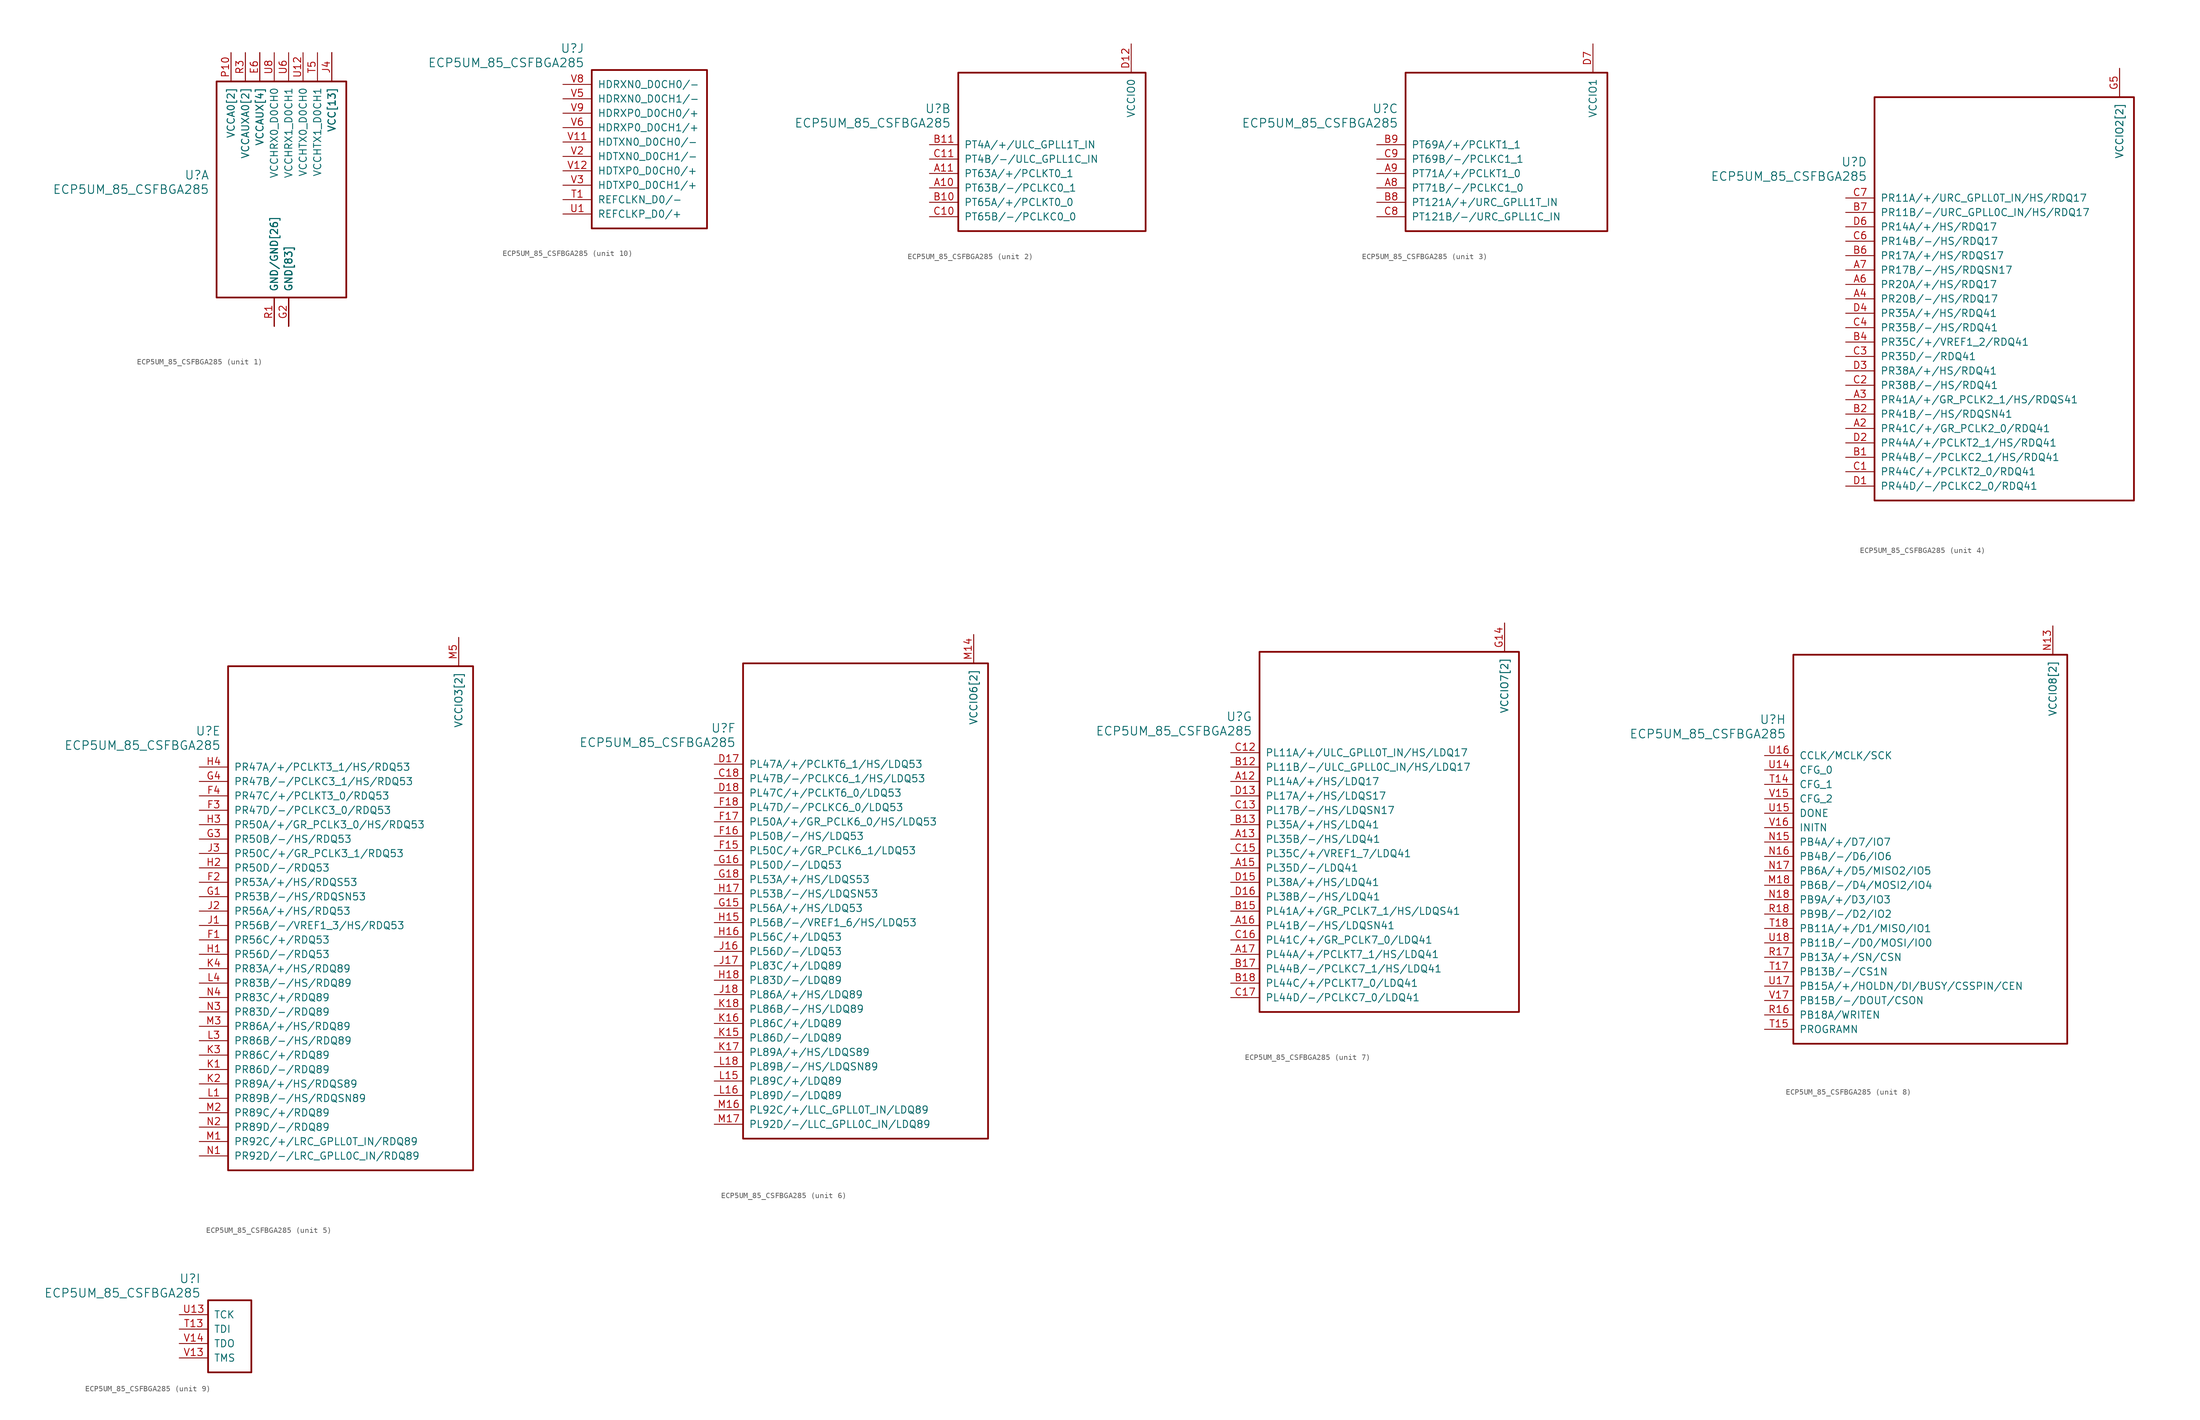
<source format=kicad_sym>
(kicad_symbol_lib
  (version 20241209)
  (generator "kicad_symbol_editor")
  (generator_version "9.0")
  (symbol "ECP5UM_85_CSFBGA285"
    (pin_names
      (offset 1.016))
    (property "Reference" "U"
      (at 3.81 6.35 0)
      (effects (font (size 1.524 1.524)) (justify right)))
    (property "Value" "ECP5UM_85_CSFBGA285"
      (at 3.81 3.81 0)
      (effects (font (size 1.524 1.524)) (justify right)))
    (property "ki_locked" ""
      (at 0 0 0)
      (effects (font (size 1.27 1.27))))
    (symbol "ECP5UM_85_CSFBGA285_1_1"
      (rectangle (start 5.08 22.86) (end 27.94 -15.24) (stroke (width 0.305) (type solid)) (fill (type none)))
      (pin power_in line (at 7.62 27.94 270) (length 5.08) (name "VCCA0[2]" (effects (font (size 1.27 1.27)))) (number "P10" (effects (font (size 1.27 1.27)))))
      (pin power_in line (at 7.62 27.94 270) (length 5.08) (name "VCCA0[2]" (effects (font (size 1.27 1.27)))) (number "R10" (effects (font (size 0 0)))))
      (pin power_in line (at 10.16 27.94 270) (length 5.08) (name "VCCAUXA0[2]" (effects (font (size 1.27 1.27)))) (number "P5" (effects (font (size 0 0)))))
      (pin power_in line (at 10.16 27.94 270) (length 5.08) (name "VCCAUXA0[2]" (effects (font (size 1.27 1.27)))) (number "R3" (effects (font (size 1.27 1.27)))))
      (pin power_in line (at 12.7 27.94 270) (length 5.08) (name "VCCAUX[4]" (effects (font (size 1.27 1.27)))) (number "E13" (effects (font (size 0 0)))))
      (pin power_in line (at 12.7 27.94 270) (length 5.08) (name "VCCAUX[4]" (effects (font (size 1.27 1.27)))) (number "E6" (effects (font (size 1.27 1.27)))))
      (pin power_in line (at 12.7 27.94 270) (length 5.08) (name "VCCAUX[4]" (effects (font (size 1.27 1.27)))) (number "N6" (effects (font (size 0 0)))))
      (pin power_in line (at 12.7 27.94 270) (length 5.08) (name "VCCAUX[4]" (effects (font (size 1.27 1.27)))) (number "P13" (effects (font (size 0 0)))))
      (pin power_in line (at 15.24 27.94 270) (length 5.08) (name "VCCHRX0_D0CH0" (effects (font (size 1.27 1.27)))) (number "U8" (effects (font (size 1.27 1.27)))))
      (pin power_in line (at 15.24 -20.32 90) (length 5.08) (name "GND/GND[26]" (effects (font (size 1.27 1.27)))) (number "P12" (effects (font (size 0 0)))))
      (pin power_in line (at 15.24 -20.32 90) (length 5.08) (name "GND/GND[26]" (effects (font (size 1.27 1.27)))) (number "P6" (effects (font (size 0 0)))))
      (pin power_in line (at 15.24 -20.32 90) (length 5.08) (name "GND/GND[26]" (effects (font (size 1.27 1.27)))) (number "P8" (effects (font (size 0 0)))))
      (pin power_in line (at 15.24 -20.32 90) (length 5.08) (name "GND/GND[26]" (effects (font (size 1.27 1.27)))) (number "R1" (effects (font (size 1.27 1.27)))))
      (pin power_in line (at 15.24 -20.32 90) (length 5.08) (name "GND/GND[26]" (effects (font (size 1.27 1.27)))) (number "R2" (effects (font (size 0 0)))))
      (pin power_in line (at 15.24 -20.32 90) (length 5.08) (name "GND/GND[26]" (effects (font (size 1.27 1.27)))) (number "T10" (effects (font (size 0 0)))))
      (pin power_in line (at 15.24 -20.32 90) (length 5.08) (name "GND/GND[26]" (effects (font (size 1.27 1.27)))) (number "T11" (effects (font (size 0 0)))))
      (pin power_in line (at 15.24 -20.32 90) (length 5.08) (name "GND/GND[26]" (effects (font (size 1.27 1.27)))) (number "T12" (effects (font (size 0 0)))))
      (pin power_in line (at 15.24 -20.32 90) (length 5.08) (name "GND/GND[26]" (effects (font (size 1.27 1.27)))) (number "T2" (effects (font (size 0 0)))))
      (pin power_in line (at 15.24 -20.32 90) (length 5.08) (name "GND/GND[26]" (effects (font (size 1.27 1.27)))) (number "T3" (effects (font (size 0 0)))))
      (pin power_in line (at 15.24 -20.32 90) (length 5.08) (name "GND/GND[26]" (effects (font (size 1.27 1.27)))) (number "T4" (effects (font (size 0 0)))))
      (pin power_in line (at 15.24 -20.32 90) (length 5.08) (name "GND/GND[26]" (effects (font (size 1.27 1.27)))) (number "T6" (effects (font (size 0 0)))))
      (pin power_in line (at 15.24 -20.32 90) (length 5.08) (name "GND/GND[26]" (effects (font (size 1.27 1.27)))) (number "T7" (effects (font (size 0 0)))))
      (pin power_in line (at 15.24 -20.32 90) (length 5.08) (name "GND/GND[26]" (effects (font (size 1.27 1.27)))) (number "T8" (effects (font (size 0 0)))))
      (pin power_in line (at 15.24 -20.32 90) (length 5.08) (name "GND/GND[26]" (effects (font (size 1.27 1.27)))) (number "T9" (effects (font (size 0 0)))))
      (pin power_in line (at 15.24 -20.32 90) (length 5.08) (name "GND/GND[26]" (effects (font (size 1.27 1.27)))) (number "U10" (effects (font (size 0 0)))))
      (pin power_in line (at 15.24 -20.32 90) (length 5.08) (name "GND/GND[26]" (effects (font (size 1.27 1.27)))) (number "U11" (effects (font (size 0 0)))))
      (pin power_in line (at 15.24 -20.32 90) (length 5.08) (name "GND/GND[26]" (effects (font (size 1.27 1.27)))) (number "U2" (effects (font (size 0 0)))))
      (pin power_in line (at 15.24 -20.32 90) (length 5.08) (name "GND/GND[26]" (effects (font (size 1.27 1.27)))) (number "U3" (effects (font (size 0 0)))))
      (pin power_in line (at 15.24 -20.32 90) (length 5.08) (name "GND/GND[26]" (effects (font (size 1.27 1.27)))) (number "U4" (effects (font (size 0 0)))))
      (pin power_in line (at 15.24 -20.32 90) (length 5.08) (name "GND/GND[26]" (effects (font (size 1.27 1.27)))) (number "U5" (effects (font (size 0 0)))))
      (pin power_in line (at 15.24 -20.32 90) (length 5.08) (name "GND/GND[26]" (effects (font (size 1.27 1.27)))) (number "U7" (effects (font (size 0 0)))))
      (pin power_in line (at 15.24 -20.32 90) (length 5.08) (name "GND/GND[26]" (effects (font (size 1.27 1.27)))) (number "U9" (effects (font (size 0 0)))))
      (pin power_in line (at 15.24 -20.32 90) (length 5.08) (name "GND/GND[26]" (effects (font (size 1.27 1.27)))) (number "V10" (effects (font (size 0 0)))))
      (pin power_in line (at 15.24 -20.32 90) (length 5.08) (name "GND/GND[26]" (effects (font (size 1.27 1.27)))) (number "V4" (effects (font (size 0 0)))))
      (pin power_in line (at 15.24 -20.32 90) (length 5.08) (name "GND/GND[26]" (effects (font (size 1.27 1.27)))) (number "V7" (effects (font (size 0 0)))))
      (pin power_in line (at 17.78 27.94 270) (length 5.08) (name "VCCHRX1_D0CH1" (effects (font (size 1.27 1.27)))) (number "U6" (effects (font (size 1.27 1.27)))))
      (pin power_in line (at 17.78 -20.32 90) (length 5.08) (name "GND[83]" (effects (font (size 1.27 1.27)))) (number "B16" (effects (font (size 0 0)))))
      (pin power_in line (at 17.78 -20.32 90) (length 5.08) (name "GND[83]" (effects (font (size 1.27 1.27)))) (number "B3" (effects (font (size 0 0)))))
      (pin power_in line (at 17.78 -20.32 90) (length 5.08) (name "GND[83]" (effects (font (size 1.27 1.27)))) (number "E10" (effects (font (size 0 0)))))
      (pin power_in line (at 17.78 -20.32 90) (length 5.08) (name "GND[83]" (effects (font (size 1.27 1.27)))) (number "E11" (effects (font (size 0 0)))))
      (pin power_in line (at 17.78 -20.32 90) (length 5.08) (name "GND[83]" (effects (font (size 1.27 1.27)))) (number "E12" (effects (font (size 0 0)))))
      (pin power_in line (at 17.78 -20.32 90) (length 5.08) (name "GND[83]" (effects (font (size 1.27 1.27)))) (number "E14" (effects (font (size 0 0)))))
      (pin power_in line (at 17.78 -20.32 90) (length 5.08) (name "GND[83]" (effects (font (size 1.27 1.27)))) (number "E5" (effects (font (size 0 0)))))
      (pin power_in line (at 17.78 -20.32 90) (length 5.08) (name "GND[83]" (effects (font (size 1.27 1.27)))) (number "E7" (effects (font (size 0 0)))))
      (pin power_in line (at 17.78 -20.32 90) (length 5.08) (name "GND[83]" (effects (font (size 1.27 1.27)))) (number "E8" (effects (font (size 0 0)))))
      (pin power_in line (at 17.78 -20.32 90) (length 5.08) (name "GND[83]" (effects (font (size 1.27 1.27)))) (number "E9" (effects (font (size 0 0)))))
      (pin power_in line (at 17.78 -20.32 90) (length 5.08) (name "GND[83]" (effects (font (size 1.27 1.27)))) (number "F10" (effects (font (size 0 0)))))
      (pin power_in line (at 17.78 -20.32 90) (length 5.08) (name "GND[83]" (effects (font (size 1.27 1.27)))) (number "F11" (effects (font (size 0 0)))))
      (pin power_in line (at 17.78 -20.32 90) (length 5.08) (name "GND[83]" (effects (font (size 1.27 1.27)))) (number "F12" (effects (font (size 0 0)))))
      (pin power_in line (at 17.78 -20.32 90) (length 5.08) (name "GND[83]" (effects (font (size 1.27 1.27)))) (number "F13" (effects (font (size 0 0)))))
      (pin power_in line (at 17.78 -20.32 90) (length 5.08) (name "GND[83]" (effects (font (size 1.27 1.27)))) (number "F14" (effects (font (size 0 0)))))
      (pin power_in line (at 17.78 -20.32 90) (length 5.08) (name "GND[83]" (effects (font (size 1.27 1.27)))) (number "F5" (effects (font (size 0 0)))))
      (pin power_in line (at 17.78 -20.32 90) (length 5.08) (name "GND[83]" (effects (font (size 1.27 1.27)))) (number "F6" (effects (font (size 0 0)))))
      (pin power_in line (at 17.78 -20.32 90) (length 5.08) (name "GND[83]" (effects (font (size 1.27 1.27)))) (number "F7" (effects (font (size 0 0)))))
      (pin power_in line (at 17.78 -20.32 90) (length 5.08) (name "GND[83]" (effects (font (size 1.27 1.27)))) (number "F8" (effects (font (size 0 0)))))
      (pin power_in line (at 17.78 -20.32 90) (length 5.08) (name "GND[83]" (effects (font (size 1.27 1.27)))) (number "F9" (effects (font (size 0 0)))))
      (pin power_in line (at 17.78 -20.32 90) (length 5.08) (name "GND[83]" (effects (font (size 1.27 1.27)))) (number "G10" (effects (font (size 0 0)))))
      (pin power_in line (at 17.78 -20.32 90) (length 5.08) (name "GND[83]" (effects (font (size 1.27 1.27)))) (number "G11" (effects (font (size 0 0)))))
      (pin power_in line (at 17.78 -20.32 90) (length 5.08) (name "GND[83]" (effects (font (size 1.27 1.27)))) (number "G12" (effects (font (size 0 0)))))
      (pin power_in line (at 17.78 -20.32 90) (length 5.08) (name "GND[83]" (effects (font (size 1.27 1.27)))) (number "G13" (effects (font (size 0 0)))))
      (pin power_in line (at 17.78 -20.32 90) (length 5.08) (name "GND[83]" (effects (font (size 1.27 1.27)))) (number "G17" (effects (font (size 0 0)))))
      (pin power_in line (at 17.78 -20.32 90) (length 5.08) (name "GND[83]" (effects (font (size 1.27 1.27)))) (number "G2" (effects (font (size 1.27 1.27)))))
      (pin power_in line (at 17.78 -20.32 90) (length 5.08) (name "GND[83]" (effects (font (size 1.27 1.27)))) (number "G6" (effects (font (size 0 0)))))
      (pin power_in line (at 17.78 -20.32 90) (length 5.08) (name "GND[83]" (effects (font (size 1.27 1.27)))) (number "G7" (effects (font (size 0 0)))))
      (pin power_in line (at 17.78 -20.32 90) (length 5.08) (name "GND[83]" (effects (font (size 1.27 1.27)))) (number "G8" (effects (font (size 0 0)))))
      (pin power_in line (at 17.78 -20.32 90) (length 5.08) (name "GND[83]" (effects (font (size 1.27 1.27)))) (number "G9" (effects (font (size 0 0)))))
      (pin power_in line (at 17.78 -20.32 90) (length 5.08) (name "GND[83]" (effects (font (size 1.27 1.27)))) (number "H10" (effects (font (size 0 0)))))
      (pin power_in line (at 17.78 -20.32 90) (length 5.08) (name "GND[83]" (effects (font (size 1.27 1.27)))) (number "H11" (effects (font (size 0 0)))))
      (pin power_in line (at 17.78 -20.32 90) (length 5.08) (name "GND[83]" (effects (font (size 1.27 1.27)))) (number "H12" (effects (font (size 0 0)))))
      (pin power_in line (at 17.78 -20.32 90) (length 5.08) (name "GND[83]" (effects (font (size 1.27 1.27)))) (number "H13" (effects (font (size 0 0)))))
      (pin power_in line (at 17.78 -20.32 90) (length 5.08) (name "GND[83]" (effects (font (size 1.27 1.27)))) (number "H6" (effects (font (size 0 0)))))
      (pin power_in line (at 17.78 -20.32 90) (length 5.08) (name "GND[83]" (effects (font (size 1.27 1.27)))) (number "H7" (effects (font (size 0 0)))))
      (pin power_in line (at 17.78 -20.32 90) (length 5.08) (name "GND[83]" (effects (font (size 1.27 1.27)))) (number "H8" (effects (font (size 0 0)))))
      (pin power_in line (at 17.78 -20.32 90) (length 5.08) (name "GND[83]" (effects (font (size 1.27 1.27)))) (number "H9" (effects (font (size 0 0)))))
      (pin power_in line (at 17.78 -20.32 90) (length 5.08) (name "GND[83]" (effects (font (size 1.27 1.27)))) (number "J10" (effects (font (size 0 0)))))
      (pin power_in line (at 17.78 -20.32 90) (length 5.08) (name "GND[83]" (effects (font (size 1.27 1.27)))) (number "J11" (effects (font (size 0 0)))))
      (pin power_in line (at 17.78 -20.32 90) (length 5.08) (name "GND[83]" (effects (font (size 1.27 1.27)))) (number "J12" (effects (font (size 0 0)))))
      (pin power_in line (at 17.78 -20.32 90) (length 5.08) (name "GND[83]" (effects (font (size 1.27 1.27)))) (number "J13" (effects (font (size 0 0)))))
      (pin power_in line (at 17.78 -20.32 90) (length 5.08) (name "GND[83]" (effects (font (size 1.27 1.27)))) (number "J6" (effects (font (size 0 0)))))
      (pin power_in line (at 17.78 -20.32 90) (length 5.08) (name "GND[83]" (effects (font (size 1.27 1.27)))) (number "J7" (effects (font (size 0 0)))))
      (pin power_in line (at 17.78 -20.32 90) (length 5.08) (name "GND[83]" (effects (font (size 1.27 1.27)))) (number "J8" (effects (font (size 0 0)))))
      (pin power_in line (at 17.78 -20.32 90) (length 5.08) (name "GND[83]" (effects (font (size 1.27 1.27)))) (number "J9" (effects (font (size 0 0)))))
      (pin power_in line (at 17.78 -20.32 90) (length 5.08) (name "GND[83]" (effects (font (size 1.27 1.27)))) (number "K10" (effects (font (size 0 0)))))
      (pin power_in line (at 17.78 -20.32 90) (length 5.08) (name "GND[83]" (effects (font (size 1.27 1.27)))) (number "K11" (effects (font (size 0 0)))))
      (pin power_in line (at 17.78 -20.32 90) (length 5.08) (name "GND[83]" (effects (font (size 1.27 1.27)))) (number "K12" (effects (font (size 0 0)))))
      (pin power_in line (at 17.78 -20.32 90) (length 5.08) (name "GND[83]" (effects (font (size 1.27 1.27)))) (number "K13" (effects (font (size 0 0)))))
      (pin power_in line (at 17.78 -20.32 90) (length 5.08) (name "GND[83]" (effects (font (size 1.27 1.27)))) (number "K14" (effects (font (size 0 0)))))
      (pin power_in line (at 17.78 -20.32 90) (length 5.08) (name "GND[83]" (effects (font (size 1.27 1.27)))) (number "K5" (effects (font (size 0 0)))))
      (pin power_in line (at 17.78 -20.32 90) (length 5.08) (name "GND[83]" (effects (font (size 1.27 1.27)))) (number "K6" (effects (font (size 0 0)))))
      (pin power_in line (at 17.78 -20.32 90) (length 5.08) (name "GND[83]" (effects (font (size 1.27 1.27)))) (number "K7" (effects (font (size 0 0)))))
      (pin power_in line (at 17.78 -20.32 90) (length 5.08) (name "GND[83]" (effects (font (size 1.27 1.27)))) (number "K8" (effects (font (size 0 0)))))
      (pin power_in line (at 17.78 -20.32 90) (length 5.08) (name "GND[83]" (effects (font (size 1.27 1.27)))) (number "K9" (effects (font (size 0 0)))))
      (pin power_in line (at 17.78 -20.32 90) (length 5.08) (name "GND[83]" (effects (font (size 1.27 1.27)))) (number "L10" (effects (font (size 0 0)))))
      (pin power_in line (at 17.78 -20.32 90) (length 5.08) (name "GND[83]" (effects (font (size 1.27 1.27)))) (number "L11" (effects (font (size 0 0)))))
      (pin power_in line (at 17.78 -20.32 90) (length 5.08) (name "GND[83]" (effects (font (size 1.27 1.27)))) (number "L12" (effects (font (size 0 0)))))
      (pin power_in line (at 17.78 -20.32 90) (length 5.08) (name "GND[83]" (effects (font (size 1.27 1.27)))) (number "L13" (effects (font (size 0 0)))))
      (pin power_in line (at 17.78 -20.32 90) (length 5.08) (name "GND[83]" (effects (font (size 1.27 1.27)))) (number "L14" (effects (font (size 0 0)))))
      (pin power_in line (at 17.78 -20.32 90) (length 5.08) (name "GND[83]" (effects (font (size 1.27 1.27)))) (number "L17" (effects (font (size 0 0)))))
      (pin power_in line (at 17.78 -20.32 90) (length 5.08) (name "GND[83]" (effects (font (size 1.27 1.27)))) (number "L2" (effects (font (size 0 0)))))
      (pin power_in line (at 17.78 -20.32 90) (length 5.08) (name "GND[83]" (effects (font (size 1.27 1.27)))) (number "L5" (effects (font (size 0 0)))))
      (pin power_in line (at 17.78 -20.32 90) (length 5.08) (name "GND[83]" (effects (font (size 1.27 1.27)))) (number "L6" (effects (font (size 0 0)))))
      (pin power_in line (at 17.78 -20.32 90) (length 5.08) (name "GND[83]" (effects (font (size 1.27 1.27)))) (number "L7" (effects (font (size 0 0)))))
      (pin power_in line (at 17.78 -20.32 90) (length 5.08) (name "GND[83]" (effects (font (size 1.27 1.27)))) (number "L8" (effects (font (size 0 0)))))
      (pin power_in line (at 17.78 -20.32 90) (length 5.08) (name "GND[83]" (effects (font (size 1.27 1.27)))) (number "L9" (effects (font (size 0 0)))))
      (pin power_in line (at 17.78 -20.32 90) (length 5.08) (name "GND[83]" (effects (font (size 1.27 1.27)))) (number "M10" (effects (font (size 0 0)))))
      (pin power_in line (at 17.78 -20.32 90) (length 5.08) (name "GND[83]" (effects (font (size 1.27 1.27)))) (number "M11" (effects (font (size 0 0)))))
      (pin power_in line (at 17.78 -20.32 90) (length 5.08) (name "GND[83]" (effects (font (size 1.27 1.27)))) (number "M12" (effects (font (size 0 0)))))
      (pin power_in line (at 17.78 -20.32 90) (length 5.08) (name "GND[83]" (effects (font (size 1.27 1.27)))) (number "M13" (effects (font (size 0 0)))))
      (pin power_in line (at 17.78 -20.32 90) (length 5.08) (name "GND[83]" (effects (font (size 1.27 1.27)))) (number "M6" (effects (font (size 0 0)))))
      (pin power_in line (at 17.78 -20.32 90) (length 5.08) (name "GND[83]" (effects (font (size 1.27 1.27)))) (number "M7" (effects (font (size 0 0)))))
      (pin power_in line (at 17.78 -20.32 90) (length 5.08) (name "GND[83]" (effects (font (size 1.27 1.27)))) (number "M8" (effects (font (size 0 0)))))
      (pin power_in line (at 17.78 -20.32 90) (length 5.08) (name "GND[83]" (effects (font (size 1.27 1.27)))) (number "M9" (effects (font (size 0 0)))))
      (pin power_in line (at 17.78 -20.32 90) (length 5.08) (name "GND[83]" (effects (font (size 1.27 1.27)))) (number "N10" (effects (font (size 0 0)))))
      (pin power_in line (at 17.78 -20.32 90) (length 5.08) (name "GND[83]" (effects (font (size 1.27 1.27)))) (number "N11" (effects (font (size 0 0)))))
      (pin power_in line (at 17.78 -20.32 90) (length 5.08) (name "GND[83]" (effects (font (size 1.27 1.27)))) (number "N12" (effects (font (size 0 0)))))
      (pin power_in line (at 17.78 -20.32 90) (length 5.08) (name "GND[83]" (effects (font (size 1.27 1.27)))) (number "N7" (effects (font (size 0 0)))))
      (pin power_in line (at 17.78 -20.32 90) (length 5.08) (name "GND[83]" (effects (font (size 1.27 1.27)))) (number "N8" (effects (font (size 0 0)))))
      (pin power_in line (at 17.78 -20.32 90) (length 5.08) (name "GND[83]" (effects (font (size 1.27 1.27)))) (number "N9" (effects (font (size 0 0)))))
      (pin power_in line (at 17.78 -20.32 90) (length 5.08) (name "GND[83]" (effects (font (size 1.27 1.27)))) (number "T16" (effects (font (size 0 0)))))
      (pin power_in line (at 20.32 27.94 270) (length 5.08) (name "VCCHTX0_D0CH0" (effects (font (size 1.27 1.27)))) (number "U12" (effects (font (size 1.27 1.27)))))
      (pin power_in line (at 22.86 27.94 270) (length 5.08) (name "VCCHTX1_D0CH1" (effects (font (size 1.27 1.27)))) (number "T5" (effects (font (size 1.27 1.27)))))
      (pin power_in line (at 25.4 27.94 270) (length 5.08) (name "VCC[13]" (effects (font (size 1.27 1.27)))) (number "D10" (effects (font (size 0 0)))))
      (pin power_in line (at 25.4 27.94 270) (length 5.08) (name "VCC[13]" (effects (font (size 1.27 1.27)))) (number "D11" (effects (font (size 0 0)))))
      (pin power_in line (at 25.4 27.94 270) (length 5.08) (name "VCC[13]" (effects (font (size 1.27 1.27)))) (number "D8" (effects (font (size 0 0)))))
      (pin power_in line (at 25.4 27.94 270) (length 5.08) (name "VCC[13]" (effects (font (size 1.27 1.27)))) (number "D9" (effects (font (size 0 0)))))
      (pin power_in line (at 25.4 27.94 270) (length 5.08) (name "VCC[13]" (effects (font (size 1.27 1.27)))) (number "J14" (effects (font (size 0 0)))))
      (pin power_in line (at 25.4 27.94 270) (length 5.08) (name "VCC[13]" (effects (font (size 1.27 1.27)))) (number "J15" (effects (font (size 0 0)))))
      (pin power_in line (at 25.4 27.94 270) (length 5.08) (name "VCC[13]" (effects (font (size 1.27 1.27)))) (number "J4" (effects (font (size 1.27 1.27)))))
      (pin power_in line (at 25.4 27.94 270) (length 5.08) (name "VCC[13]" (effects (font (size 1.27 1.27)))) (number "J5" (effects (font (size 0 0)))))
      (pin power_in line (at 25.4 27.94 270) (length 5.08) (name "VCC[13]" (effects (font (size 1.27 1.27)))) (number "M15" (effects (font (size 0 0)))))
      (pin power_in line (at 25.4 27.94 270) (length 5.08) (name "VCC[13]" (effects (font (size 1.27 1.27)))) (number "M4" (effects (font (size 0 0)))))
      (pin power_in line (at 25.4 27.94 270) (length 5.08) (name "VCC[13]" (effects (font (size 1.27 1.27)))) (number "P11" (effects (font (size 0 0)))))
      (pin power_in line (at 25.4 27.94 270) (length 5.08) (name "VCC[13]" (effects (font (size 1.27 1.27)))) (number "P7" (effects (font (size 0 0)))))
      (pin power_in line (at 25.4 27.94 270) (length 5.08) (name "VCC[13]" (effects (font (size 1.27 1.27)))) (number "P9" (effects (font (size 0 0))))))
    (symbol "ECP5UM_85_CSFBGA285_2_1"
      (rectangle (start 5.08 12.7) (end 38.1 -15.24) (stroke (width 0.305) (type solid)) (fill (type none)))
      (pin bidirectional line (at 0 0 0) (length 5.08) (name "PT4A/+/ULC_GPLL1T_IN" (effects (font (size 1.27 1.27)))) (number "B11" (effects (font (size 1.27 1.27)))))
      (pin bidirectional line (at 0 -2.54 0) (length 5.08) (name "PT4B/-/ULC_GPLL1C_IN" (effects (font (size 1.27 1.27)))) (number "C11" (effects (font (size 1.27 1.27)))))
      (pin bidirectional line (at 0 -5.08 0) (length 5.08) (name "PT63A/+/PCLKT0_1" (effects (font (size 1.27 1.27)))) (number "A11" (effects (font (size 1.27 1.27)))))
      (pin bidirectional line (at 0 -7.62 0) (length 5.08) (name "PT63B/-/PCLKC0_1" (effects (font (size 1.27 1.27)))) (number "A10" (effects (font (size 1.27 1.27)))))
      (pin bidirectional line (at 0 -10.16 0) (length 5.08) (name "PT65A/+/PCLKT0_0" (effects (font (size 1.27 1.27)))) (number "B10" (effects (font (size 1.27 1.27)))))
      (pin bidirectional line (at 0 -12.7 0) (length 5.08) (name "PT65B/-/PCLKC0_0" (effects (font (size 1.27 1.27)))) (number "C10" (effects (font (size 1.27 1.27)))))
      (pin power_in line (at 35.56 17.78 270) (length 5.08) (name "VCCIO0" (effects (font (size 1.27 1.27)))) (number "D12" (effects (font (size 1.27 1.27))))))
    (symbol "ECP5UM_85_CSFBGA285_3_1"
      (rectangle (start 5.08 12.7) (end 40.64 -15.24) (stroke (width 0.305) (type solid)) (fill (type none)))
      (pin bidirectional line (at 0 0 0) (length 5.08) (name "PT69A/+/PCLKT1_1" (effects (font (size 1.27 1.27)))) (number "B9" (effects (font (size 1.27 1.27)))))
      (pin bidirectional line (at 0 -2.54 0) (length 5.08) (name "PT69B/-/PCLKC1_1" (effects (font (size 1.27 1.27)))) (number "C9" (effects (font (size 1.27 1.27)))))
      (pin bidirectional line (at 0 -5.08 0) (length 5.08) (name "PT71A/+/PCLKT1_0" (effects (font (size 1.27 1.27)))) (number "A9" (effects (font (size 1.27 1.27)))))
      (pin bidirectional line (at 0 -7.62 0) (length 5.08) (name "PT71B/-/PCLKC1_0" (effects (font (size 1.27 1.27)))) (number "A8" (effects (font (size 1.27 1.27)))))
      (pin bidirectional line (at 0 -10.16 0) (length 5.08) (name "PT121A/+/URC_GPLL1T_IN" (effects (font (size 1.27 1.27)))) (number "B8" (effects (font (size 1.27 1.27)))))
      (pin bidirectional line (at 0 -12.7 0) (length 5.08) (name "PT121B/-/URC_GPLL1C_IN" (effects (font (size 1.27 1.27)))) (number "C8" (effects (font (size 1.27 1.27)))))
      (pin power_in line (at 38.1 17.78 270) (length 5.08) (name "VCCIO1" (effects (font (size 1.27 1.27)))) (number "D7" (effects (font (size 1.27 1.27))))))
    (symbol "ECP5UM_85_CSFBGA285_4_1"
      (rectangle (start 5.08 17.78) (end 50.8 -53.34) (stroke (width 0.305) (type solid)) (fill (type none)))
      (pin bidirectional line (at 0 0 0) (length 5.08) (name "PR11A/+/URC_GPLL0T_IN/HS/RDQ17" (effects (font (size 1.27 1.27)))) (number "C7" (effects (font (size 1.27 1.27)))))
      (pin bidirectional line (at 0 -2.54 0) (length 5.08) (name "PR11B/-/URC_GPLL0C_IN/HS/RDQ17" (effects (font (size 1.27 1.27)))) (number "B7" (effects (font (size 1.27 1.27)))))
      (pin bidirectional line (at 0 -5.08 0) (length 5.08) (name "PR14A/+/HS/RDQ17" (effects (font (size 1.27 1.27)))) (number "D6" (effects (font (size 1.27 1.27)))))
      (pin bidirectional line (at 0 -7.62 0) (length 5.08) (name "PR14B/-/HS/RDQ17" (effects (font (size 1.27 1.27)))) (number "C6" (effects (font (size 1.27 1.27)))))
      (pin bidirectional line (at 0 -10.16 0) (length 5.08) (name "PR17A/+/HS/RDQS17" (effects (font (size 1.27 1.27)))) (number "B6" (effects (font (size 1.27 1.27)))))
      (pin bidirectional line (at 0 -12.7 0) (length 5.08) (name "PR17B/-/HS/RDQSN17" (effects (font (size 1.27 1.27)))) (number "A7" (effects (font (size 1.27 1.27)))))
      (pin bidirectional line (at 0 -15.24 0) (length 5.08) (name "PR20A/+/HS/RDQ17" (effects (font (size 1.27 1.27)))) (number "A6" (effects (font (size 1.27 1.27)))))
      (pin bidirectional line (at 0 -17.78 0) (length 5.08) (name "PR20B/-/HS/RDQ17" (effects (font (size 1.27 1.27)))) (number "A4" (effects (font (size 1.27 1.27)))))
      (pin bidirectional line (at 0 -20.32 0) (length 5.08) (name "PR35A/+/HS/RDQ41" (effects (font (size 1.27 1.27)))) (number "D4" (effects (font (size 1.27 1.27)))))
      (pin bidirectional line (at 0 -22.86 0) (length 5.08) (name "PR35B/-/HS/RDQ41" (effects (font (size 1.27 1.27)))) (number "C4" (effects (font (size 1.27 1.27)))))
      (pin bidirectional line (at 0 -25.4 0) (length 5.08) (name "PR35C/+/VREF1_2/RDQ41" (effects (font (size 1.27 1.27)))) (number "B4" (effects (font (size 1.27 1.27)))))
      (pin bidirectional line (at 0 -27.94 0) (length 5.08) (name "PR35D/-/RDQ41" (effects (font (size 1.27 1.27)))) (number "C3" (effects (font (size 1.27 1.27)))))
      (pin bidirectional line (at 0 -30.48 0) (length 5.08) (name "PR38A/+/HS/RDQ41" (effects (font (size 1.27 1.27)))) (number "D3" (effects (font (size 1.27 1.27)))))
      (pin bidirectional line (at 0 -33.02 0) (length 5.08) (name "PR38B/-/HS/RDQ41" (effects (font (size 1.27 1.27)))) (number "C2" (effects (font (size 1.27 1.27)))))
      (pin bidirectional line (at 0 -35.56 0) (length 5.08) (name "PR41A/+/GR_PCLK2_1/HS/RDQS41" (effects (font (size 1.27 1.27)))) (number "A3" (effects (font (size 1.27 1.27)))))
      (pin bidirectional line (at 0 -38.1 0) (length 5.08) (name "PR41B/-/HS/RDQSN41" (effects (font (size 1.27 1.27)))) (number "B2" (effects (font (size 1.27 1.27)))))
      (pin bidirectional line (at 0 -40.64 0) (length 5.08) (name "PR41C/+/GR_PCLK2_0/RDQ41" (effects (font (size 1.27 1.27)))) (number "A2" (effects (font (size 1.27 1.27)))))
      (pin bidirectional line (at 0 -43.18 0) (length 5.08) (name "PR44A/+/PCLKT2_1/HS/RDQ41" (effects (font (size 1.27 1.27)))) (number "D2" (effects (font (size 1.27 1.27)))))
      (pin bidirectional line (at 0 -45.72 0) (length 5.08) (name "PR44B/-/PCLKC2_1/HS/RDQ41" (effects (font (size 1.27 1.27)))) (number "B1" (effects (font (size 1.27 1.27)))))
      (pin bidirectional line (at 0 -48.26 0) (length 5.08) (name "PR44C/+/PCLKT2_0/RDQ41" (effects (font (size 1.27 1.27)))) (number "C1" (effects (font (size 1.27 1.27)))))
      (pin bidirectional line (at 0 -50.8 0) (length 5.08) (name "PR44D/-/PCLKC2_0/RDQ41" (effects (font (size 1.27 1.27)))) (number "D1" (effects (font (size 1.27 1.27)))))
      (pin power_in line (at 48.26 22.86 270) (length 5.08) (name "VCCIO2[2]" (effects (font (size 1.27 1.27)))) (number "G5" (effects (font (size 1.27 1.27)))))
      (pin power_in line (at 48.26 22.86 270) (length 5.08) (name "VCCIO2[2]" (effects (font (size 1.27 1.27)))) (number "H5" (effects (font (size 0 0))))))
    (symbol "ECP5UM_85_CSFBGA285_5_1"
      (rectangle (start 5.08 17.78) (end 48.26 -71.12) (stroke (width 0.305) (type solid)) (fill (type none)))
      (pin bidirectional line (at 0 0 0) (length 5.08) (name "PR47A/+/PCLKT3_1/HS/RDQ53" (effects (font (size 1.27 1.27)))) (number "H4" (effects (font (size 1.27 1.27)))))
      (pin bidirectional line (at 0 -2.54 0) (length 5.08) (name "PR47B/-/PCLKC3_1/HS/RDQ53" (effects (font (size 1.27 1.27)))) (number "G4" (effects (font (size 1.27 1.27)))))
      (pin bidirectional line (at 0 -5.08 0) (length 5.08) (name "PR47C/+/PCLKT3_0/RDQ53" (effects (font (size 1.27 1.27)))) (number "F4" (effects (font (size 1.27 1.27)))))
      (pin bidirectional line (at 0 -7.62 0) (length 5.08) (name "PR47D/-/PCLKC3_0/RDQ53" (effects (font (size 1.27 1.27)))) (number "F3" (effects (font (size 1.27 1.27)))))
      (pin bidirectional line (at 0 -10.16 0) (length 5.08) (name "PR50A/+/GR_PCLK3_0/HS/RDQ53" (effects (font (size 1.27 1.27)))) (number "H3" (effects (font (size 1.27 1.27)))))
      (pin bidirectional line (at 0 -12.7 0) (length 5.08) (name "PR50B/-/HS/RDQ53" (effects (font (size 1.27 1.27)))) (number "G3" (effects (font (size 1.27 1.27)))))
      (pin bidirectional line (at 0 -15.24 0) (length 5.08) (name "PR50C/+/GR_PCLK3_1/RDQ53" (effects (font (size 1.27 1.27)))) (number "J3" (effects (font (size 1.27 1.27)))))
      (pin bidirectional line (at 0 -17.78 0) (length 5.08) (name "PR50D/-/RDQ53" (effects (font (size 1.27 1.27)))) (number "H2" (effects (font (size 1.27 1.27)))))
      (pin bidirectional line (at 0 -20.32 0) (length 5.08) (name "PR53A/+/HS/RDQS53" (effects (font (size 1.27 1.27)))) (number "F2" (effects (font (size 1.27 1.27)))))
      (pin bidirectional line (at 0 -22.86 0) (length 5.08) (name "PR53B/-/HS/RDQSN53" (effects (font (size 1.27 1.27)))) (number "G1" (effects (font (size 1.27 1.27)))))
      (pin bidirectional line (at 0 -25.4 0) (length 5.08) (name "PR56A/+/HS/RDQ53" (effects (font (size 1.27 1.27)))) (number "J2" (effects (font (size 1.27 1.27)))))
      (pin bidirectional line (at 0 -27.94 0) (length 5.08) (name "PR56B/-/VREF1_3/HS/RDQ53" (effects (font (size 1.27 1.27)))) (number "J1" (effects (font (size 1.27 1.27)))))
      (pin bidirectional line (at 0 -30.48 0) (length 5.08) (name "PR56C/+/RDQ53" (effects (font (size 1.27 1.27)))) (number "F1" (effects (font (size 1.27 1.27)))))
      (pin bidirectional line (at 0 -33.02 0) (length 5.08) (name "PR56D/-/RDQ53" (effects (font (size 1.27 1.27)))) (number "H1" (effects (font (size 1.27 1.27)))))
      (pin bidirectional line (at 0 -35.56 0) (length 5.08) (name "PR83A/+/HS/RDQ89" (effects (font (size 1.27 1.27)))) (number "K4" (effects (font (size 1.27 1.27)))))
      (pin bidirectional line (at 0 -38.1 0) (length 5.08) (name "PR83B/-/HS/RDQ89" (effects (font (size 1.27 1.27)))) (number "L4" (effects (font (size 1.27 1.27)))))
      (pin bidirectional line (at 0 -40.64 0) (length 5.08) (name "PR83C/+/RDQ89" (effects (font (size 1.27 1.27)))) (number "N4" (effects (font (size 1.27 1.27)))))
      (pin bidirectional line (at 0 -43.18 0) (length 5.08) (name "PR83D/-/RDQ89" (effects (font (size 1.27 1.27)))) (number "N3" (effects (font (size 1.27 1.27)))))
      (pin bidirectional line (at 0 -45.72 0) (length 5.08) (name "PR86A/+/HS/RDQ89" (effects (font (size 1.27 1.27)))) (number "M3" (effects (font (size 1.27 1.27)))))
      (pin bidirectional line (at 0 -48.26 0) (length 5.08) (name "PR86B/-/HS/RDQ89" (effects (font (size 1.27 1.27)))) (number "L3" (effects (font (size 1.27 1.27)))))
      (pin bidirectional line (at 0 -50.8 0) (length 5.08) (name "PR86C/+/RDQ89" (effects (font (size 1.27 1.27)))) (number "K3" (effects (font (size 1.27 1.27)))))
      (pin bidirectional line (at 0 -53.34 0) (length 5.08) (name "PR86D/-/RDQ89" (effects (font (size 1.27 1.27)))) (number "K1" (effects (font (size 1.27 1.27)))))
      (pin bidirectional line (at 0 -55.88 0) (length 5.08) (name "PR89A/+/HS/RDQS89" (effects (font (size 1.27 1.27)))) (number "K2" (effects (font (size 1.27 1.27)))))
      (pin bidirectional line (at 0 -58.42 0) (length 5.08) (name "PR89B/-/HS/RDQSN89" (effects (font (size 1.27 1.27)))) (number "L1" (effects (font (size 1.27 1.27)))))
      (pin bidirectional line (at 0 -60.96 0) (length 5.08) (name "PR89C/+/RDQ89" (effects (font (size 1.27 1.27)))) (number "M2" (effects (font (size 1.27 1.27)))))
      (pin bidirectional line (at 0 -63.5 0) (length 5.08) (name "PR89D/-/RDQ89" (effects (font (size 1.27 1.27)))) (number "N2" (effects (font (size 1.27 1.27)))))
      (pin bidirectional line (at 0 -66.04 0) (length 5.08) (name "PR92C/+/LRC_GPLL0T_IN/RDQ89" (effects (font (size 1.27 1.27)))) (number "M1" (effects (font (size 1.27 1.27)))))
      (pin bidirectional line (at 0 -68.58 0) (length 5.08) (name "PR92D/-/LRC_GPLL0C_IN/RDQ89" (effects (font (size 1.27 1.27)))) (number "N1" (effects (font (size 1.27 1.27)))))
      (pin power_in line (at 45.72 22.86 270) (length 5.08) (name "VCCIO3[2]" (effects (font (size 1.27 1.27)))) (number "M5" (effects (font (size 1.27 1.27)))))
      (pin power_in line (at 45.72 22.86 270) (length 5.08) (name "VCCIO3[2]" (effects (font (size 1.27 1.27)))) (number "N5" (effects (font (size 0 0))))))
    (symbol "ECP5UM_85_CSFBGA285_6_1"
      (rectangle (start 5.08 17.78) (end 48.26 -66.04) (stroke (width 0.305) (type solid)) (fill (type none)))
      (pin bidirectional line (at 0 0 0) (length 5.08) (name "PL47A/+/PCLKT6_1/HS/LDQ53" (effects (font (size 1.27 1.27)))) (number "D17" (effects (font (size 1.27 1.27)))))
      (pin bidirectional line (at 0 -2.54 0) (length 5.08) (name "PL47B/-/PCLKC6_1/HS/LDQ53" (effects (font (size 1.27 1.27)))) (number "C18" (effects (font (size 1.27 1.27)))))
      (pin bidirectional line (at 0 -5.08 0) (length 5.08) (name "PL47C/+/PCLKT6_0/LDQ53" (effects (font (size 1.27 1.27)))) (number "D18" (effects (font (size 1.27 1.27)))))
      (pin bidirectional line (at 0 -7.62 0) (length 5.08) (name "PL47D/-/PCLKC6_0/LDQ53" (effects (font (size 1.27 1.27)))) (number "F18" (effects (font (size 1.27 1.27)))))
      (pin bidirectional line (at 0 -10.16 0) (length 5.08) (name "PL50A/+/GR_PCLK6_0/HS/LDQ53" (effects (font (size 1.27 1.27)))) (number "F17" (effects (font (size 1.27 1.27)))))
      (pin bidirectional line (at 0 -12.7 0) (length 5.08) (name "PL50B/-/HS/LDQ53" (effects (font (size 1.27 1.27)))) (number "F16" (effects (font (size 1.27 1.27)))))
      (pin bidirectional line (at 0 -15.24 0) (length 5.08) (name "PL50C/+/GR_PCLK6_1/LDQ53" (effects (font (size 1.27 1.27)))) (number "F15" (effects (font (size 1.27 1.27)))))
      (pin bidirectional line (at 0 -17.78 0) (length 5.08) (name "PL50D/-/LDQ53" (effects (font (size 1.27 1.27)))) (number "G16" (effects (font (size 1.27 1.27)))))
      (pin bidirectional line (at 0 -20.32 0) (length 5.08) (name "PL53A/+/HS/LDQS53" (effects (font (size 1.27 1.27)))) (number "G18" (effects (font (size 1.27 1.27)))))
      (pin bidirectional line (at 0 -22.86 0) (length 5.08) (name "PL53B/-/HS/LDQSN53" (effects (font (size 1.27 1.27)))) (number "H17" (effects (font (size 1.27 1.27)))))
      (pin bidirectional line (at 0 -25.4 0) (length 5.08) (name "PL56A/+/HS/LDQ53" (effects (font (size 1.27 1.27)))) (number "G15" (effects (font (size 1.27 1.27)))))
      (pin bidirectional line (at 0 -27.94 0) (length 5.08) (name "PL56B/-/VREF1_6/HS/LDQ53" (effects (font (size 1.27 1.27)))) (number "H15" (effects (font (size 1.27 1.27)))))
      (pin bidirectional line (at 0 -30.48 0) (length 5.08) (name "PL56C/+/LDQ53" (effects (font (size 1.27 1.27)))) (number "H16" (effects (font (size 1.27 1.27)))))
      (pin bidirectional line (at 0 -33.02 0) (length 5.08) (name "PL56D/-/LDQ53" (effects (font (size 1.27 1.27)))) (number "J16" (effects (font (size 1.27 1.27)))))
      (pin bidirectional line (at 0 -35.56 0) (length 5.08) (name "PL83C/+/LDQ89" (effects (font (size 1.27 1.27)))) (number "J17" (effects (font (size 1.27 1.27)))))
      (pin bidirectional line (at 0 -38.1 0) (length 5.08) (name "PL83D/-/LDQ89" (effects (font (size 1.27 1.27)))) (number "H18" (effects (font (size 1.27 1.27)))))
      (pin bidirectional line (at 0 -40.64 0) (length 5.08) (name "PL86A/+/HS/LDQ89" (effects (font (size 1.27 1.27)))) (number "J18" (effects (font (size 1.27 1.27)))))
      (pin bidirectional line (at 0 -43.18 0) (length 5.08) (name "PL86B/-/HS/LDQ89" (effects (font (size 1.27 1.27)))) (number "K18" (effects (font (size 1.27 1.27)))))
      (pin bidirectional line (at 0 -45.72 0) (length 5.08) (name "PL86C/+/LDQ89" (effects (font (size 1.27 1.27)))) (number "K16" (effects (font (size 1.27 1.27)))))
      (pin bidirectional line (at 0 -48.26 0) (length 5.08) (name "PL86D/-/LDQ89" (effects (font (size 1.27 1.27)))) (number "K15" (effects (font (size 1.27 1.27)))))
      (pin bidirectional line (at 0 -50.8 0) (length 5.08) (name "PL89A/+/HS/LDQS89" (effects (font (size 1.27 1.27)))) (number "K17" (effects (font (size 1.27 1.27)))))
      (pin bidirectional line (at 0 -53.34 0) (length 5.08) (name "PL89B/-/HS/LDQSN89" (effects (font (size 1.27 1.27)))) (number "L18" (effects (font (size 1.27 1.27)))))
      (pin bidirectional line (at 0 -55.88 0) (length 5.08) (name "PL89C/+/LDQ89" (effects (font (size 1.27 1.27)))) (number "L15" (effects (font (size 1.27 1.27)))))
      (pin bidirectional line (at 0 -58.42 0) (length 5.08) (name "PL89D/-/LDQ89" (effects (font (size 1.27 1.27)))) (number "L16" (effects (font (size 1.27 1.27)))))
      (pin bidirectional line (at 0 -60.96 0) (length 5.08) (name "PL92C/+/LLC_GPLL0T_IN/LDQ89" (effects (font (size 1.27 1.27)))) (number "M16" (effects (font (size 1.27 1.27)))))
      (pin bidirectional line (at 0 -63.5 0) (length 5.08) (name "PL92D/-/LLC_GPLL0C_IN/LDQ89" (effects (font (size 1.27 1.27)))) (number "M17" (effects (font (size 1.27 1.27)))))
      (pin power_in line (at 45.72 22.86 270) (length 5.08) (name "VCCIO6[2]" (effects (font (size 1.27 1.27)))) (number "M14" (effects (font (size 1.27 1.27)))))
      (pin power_in line (at 45.72 22.86 270) (length 5.08) (name "VCCIO6[2]" (effects (font (size 1.27 1.27)))) (number "N14" (effects (font (size 0 0))))))
    (symbol "ECP5UM_85_CSFBGA285_7_1"
      (rectangle (start 5.08 17.78) (end 50.8 -45.72) (stroke (width 0.305) (type solid)) (fill (type none)))
      (pin bidirectional line (at 0 0 0) (length 5.08) (name "PL11A/+/ULC_GPLL0T_IN/HS/LDQ17" (effects (font (size 1.27 1.27)))) (number "C12" (effects (font (size 1.27 1.27)))))
      (pin bidirectional line (at 0 -2.54 0) (length 5.08) (name "PL11B/-/ULC_GPLL0C_IN/HS/LDQ17" (effects (font (size 1.27 1.27)))) (number "B12" (effects (font (size 1.27 1.27)))))
      (pin bidirectional line (at 0 -5.08 0) (length 5.08) (name "PL14A/+/HS/LDQ17" (effects (font (size 1.27 1.27)))) (number "A12" (effects (font (size 1.27 1.27)))))
      (pin bidirectional line (at 0 -7.62 0) (length 5.08) (name "PL17A/+/HS/LDQS17" (effects (font (size 1.27 1.27)))) (number "D13" (effects (font (size 1.27 1.27)))))
      (pin bidirectional line (at 0 -10.16 0) (length 5.08) (name "PL17B/-/HS/LDQSN17" (effects (font (size 1.27 1.27)))) (number "C13" (effects (font (size 1.27 1.27)))))
      (pin bidirectional line (at 0 -12.7 0) (length 5.08) (name "PL35A/+/HS/LDQ41" (effects (font (size 1.27 1.27)))) (number "B13" (effects (font (size 1.27 1.27)))))
      (pin bidirectional line (at 0 -15.24 0) (length 5.08) (name "PL35B/-/HS/LDQ41" (effects (font (size 1.27 1.27)))) (number "A13" (effects (font (size 1.27 1.27)))))
      (pin bidirectional line (at 0 -17.78 0) (length 5.08) (name "PL35C/+/VREF1_7/LDQ41" (effects (font (size 1.27 1.27)))) (number "C15" (effects (font (size 1.27 1.27)))))
      (pin bidirectional line (at 0 -20.32 0) (length 5.08) (name "PL35D/-/LDQ41" (effects (font (size 1.27 1.27)))) (number "A15" (effects (font (size 1.27 1.27)))))
      (pin bidirectional line (at 0 -22.86 0) (length 5.08) (name "PL38A/+/HS/LDQ41" (effects (font (size 1.27 1.27)))) (number "D15" (effects (font (size 1.27 1.27)))))
      (pin bidirectional line (at 0 -25.4 0) (length 5.08) (name "PL38B/-/HS/LDQ41" (effects (font (size 1.27 1.27)))) (number "D16" (effects (font (size 1.27 1.27)))))
      (pin bidirectional line (at 0 -27.94 0) (length 5.08) (name "PL41A/+/GR_PCLK7_1/HS/LDQS41" (effects (font (size 1.27 1.27)))) (number "B15" (effects (font (size 1.27 1.27)))))
      (pin bidirectional line (at 0 -30.48 0) (length 5.08) (name "PL41B/-/HS/LDQSN41" (effects (font (size 1.27 1.27)))) (number "A16" (effects (font (size 1.27 1.27)))))
      (pin bidirectional line (at 0 -33.02 0) (length 5.08) (name "PL41C/+/GR_PCLK7_0/LDQ41" (effects (font (size 1.27 1.27)))) (number "C16" (effects (font (size 1.27 1.27)))))
      (pin bidirectional line (at 0 -35.56 0) (length 5.08) (name "PL44A/+/PCLKT7_1/HS/LDQ41" (effects (font (size 1.27 1.27)))) (number "A17" (effects (font (size 1.27 1.27)))))
      (pin bidirectional line (at 0 -38.1 0) (length 5.08) (name "PL44B/-/PCLKC7_1/HS/LDQ41" (effects (font (size 1.27 1.27)))) (number "B17" (effects (font (size 1.27 1.27)))))
      (pin bidirectional line (at 0 -40.64 0) (length 5.08) (name "PL44C/+/PCLKT7_0/LDQ41" (effects (font (size 1.27 1.27)))) (number "B18" (effects (font (size 1.27 1.27)))))
      (pin bidirectional line (at 0 -43.18 0) (length 5.08) (name "PL44D/-/PCLKC7_0/LDQ41" (effects (font (size 1.27 1.27)))) (number "C17" (effects (font (size 1.27 1.27)))))
      (pin power_in line (at 48.26 22.86 270) (length 5.08) (name "VCCIO7[2]" (effects (font (size 1.27 1.27)))) (number "G14" (effects (font (size 1.27 1.27)))))
      (pin power_in line (at 48.26 22.86 270) (length 5.08) (name "VCCIO7[2]" (effects (font (size 1.27 1.27)))) (number "H14" (effects (font (size 0 0))))))
    (symbol "ECP5UM_85_CSFBGA285_8_1"
      (rectangle (start 5.08 17.78) (end 53.34 -50.8) (stroke (width 0.305) (type solid)) (fill (type none)))
      (pin bidirectional line (at 0 0 0) (length 5.08) (name "CCLK/MCLK/SCK" (effects (font (size 1.27 1.27)))) (number "U16" (effects (font (size 1.27 1.27)))))
      (pin bidirectional line (at 0 -2.54 0) (length 5.08) (name "CFG_0" (effects (font (size 1.27 1.27)))) (number "U14" (effects (font (size 1.27 1.27)))))
      (pin bidirectional line (at 0 -5.08 0) (length 5.08) (name "CFG_1" (effects (font (size 1.27 1.27)))) (number "T14" (effects (font (size 1.27 1.27)))))
      (pin bidirectional line (at 0 -7.62 0) (length 5.08) (name "CFG_2" (effects (font (size 1.27 1.27)))) (number "V15" (effects (font (size 1.27 1.27)))))
      (pin bidirectional line (at 0 -10.16 0) (length 5.08) (name "DONE" (effects (font (size 1.27 1.27)))) (number "U15" (effects (font (size 1.27 1.27)))))
      (pin bidirectional line (at 0 -12.7 0) (length 5.08) (name "INITN" (effects (font (size 1.27 1.27)))) (number "V16" (effects (font (size 1.27 1.27)))))
      (pin bidirectional line (at 0 -15.24 0) (length 5.08) (name "PB4A/+/D7/IO7" (effects (font (size 1.27 1.27)))) (number "N15" (effects (font (size 1.27 1.27)))))
      (pin bidirectional line (at 0 -17.78 0) (length 5.08) (name "PB4B/-/D6/IO6" (effects (font (size 1.27 1.27)))) (number "N16" (effects (font (size 1.27 1.27)))))
      (pin bidirectional line (at 0 -20.32 0) (length 5.08) (name "PB6A/+/D5/MISO2/IO5" (effects (font (size 1.27 1.27)))) (number "N17" (effects (font (size 1.27 1.27)))))
      (pin bidirectional line (at 0 -22.86 0) (length 5.08) (name "PB6B/-/D4/MOSI2/IO4" (effects (font (size 1.27 1.27)))) (number "M18" (effects (font (size 1.27 1.27)))))
      (pin bidirectional line (at 0 -25.4 0) (length 5.08) (name "PB9A/+/D3/IO3" (effects (font (size 1.27 1.27)))) (number "N18" (effects (font (size 1.27 1.27)))))
      (pin bidirectional line (at 0 -27.94 0) (length 5.08) (name "PB9B/-/D2/IO2" (effects (font (size 1.27 1.27)))) (number "R18" (effects (font (size 1.27 1.27)))))
      (pin bidirectional line (at 0 -30.48 0) (length 5.08) (name "PB11A/+/D1/MISO/IO1" (effects (font (size 1.27 1.27)))) (number "T18" (effects (font (size 1.27 1.27)))))
      (pin bidirectional line (at 0 -33.02 0) (length 5.08) (name "PB11B/-/D0/MOSI/IO0" (effects (font (size 1.27 1.27)))) (number "U18" (effects (font (size 1.27 1.27)))))
      (pin bidirectional line (at 0 -35.56 0) (length 5.08) (name "PB13A/+/SN/CSN" (effects (font (size 1.27 1.27)))) (number "R17" (effects (font (size 1.27 1.27)))))
      (pin bidirectional line (at 0 -38.1 0) (length 5.08) (name "PB13B/-/CS1N" (effects (font (size 1.27 1.27)))) (number "T17" (effects (font (size 1.27 1.27)))))
      (pin bidirectional line (at 0 -40.64 0) (length 5.08) (name "PB15A/+/HOLDN/DI/BUSY/CSSPIN/CEN" (effects (font (size 1.27 1.27)))) (number "U17" (effects (font (size 1.27 1.27)))))
      (pin bidirectional line (at 0 -43.18 0) (length 5.08) (name "PB15B/-/DOUT/CSON" (effects (font (size 1.27 1.27)))) (number "V17" (effects (font (size 1.27 1.27)))))
      (pin bidirectional line (at 0 -45.72 0) (length 5.08) (name "PB18A/WRITEN" (effects (font (size 1.27 1.27)))) (number "R16" (effects (font (size 1.27 1.27)))))
      (pin bidirectional line (at 0 -48.26 0) (length 5.08) (name "PROGRAMN" (effects (font (size 1.27 1.27)))) (number "T15" (effects (font (size 1.27 1.27)))))
      (pin power_in line (at 50.8 22.86 270) (length 5.08) (name "VCCIO8[2]" (effects (font (size 1.27 1.27)))) (number "N13" (effects (font (size 1.27 1.27)))))
      (pin power_in line (at 50.8 22.86 270) (length 5.08) (name "VCCIO8[2]" (effects (font (size 1.27 1.27)))) (number "P14" (effects (font (size 0 0))))))
    (symbol "ECP5UM_85_CSFBGA285_9_1"
      (rectangle (start 5.08 2.54) (end 12.7 -10.16) (stroke (width 0.305) (type solid)) (fill (type none)))
      (pin bidirectional line (at 0 0 0) (length 5.08) (name "TCK" (effects (font (size 1.27 1.27)))) (number "U13" (effects (font (size 1.27 1.27)))))
      (pin bidirectional line (at 0 -2.54 0) (length 5.08) (name "TDI" (effects (font (size 1.27 1.27)))) (number "T13" (effects (font (size 1.27 1.27)))))
      (pin bidirectional line (at 0 -5.08 0) (length 5.08) (name "TDO" (effects (font (size 1.27 1.27)))) (number "V14" (effects (font (size 1.27 1.27)))))
      (pin bidirectional line (at 0 -7.62 0) (length 5.08) (name "TMS" (effects (font (size 1.27 1.27)))) (number "V13" (effects (font (size 1.27 1.27))))))
    (symbol "ECP5UM_85_CSFBGA285_10_1"
      (rectangle (start 5.08 2.54) (end 25.4 -25.4) (stroke (width 0.305) (type solid)) (fill (type none)))
      (pin bidirectional line (at 0 0 0) (length 5.08) (name "HDRXN0_D0CH0/-" (effects (font (size 1.27 1.27)))) (number "V8" (effects (font (size 1.27 1.27)))))
      (pin bidirectional line (at 0 -2.54 0) (length 5.08) (name "HDRXN0_D0CH1/-" (effects (font (size 1.27 1.27)))) (number "V5" (effects (font (size 1.27 1.27)))))
      (pin bidirectional line (at 0 -5.08 0) (length 5.08) (name "HDRXP0_D0CH0/+" (effects (font (size 1.27 1.27)))) (number "V9" (effects (font (size 1.27 1.27)))))
      (pin bidirectional line (at 0 -7.62 0) (length 5.08) (name "HDRXP0_D0CH1/+" (effects (font (size 1.27 1.27)))) (number "V6" (effects (font (size 1.27 1.27)))))
      (pin bidirectional line (at 0 -10.16 0) (length 5.08) (name "HDTXN0_D0CH0/-" (effects (font (size 1.27 1.27)))) (number "V11" (effects (font (size 1.27 1.27)))))
      (pin bidirectional line (at 0 -12.7 0) (length 5.08) (name "HDTXN0_D0CH1/-" (effects (font (size 1.27 1.27)))) (number "V2" (effects (font (size 1.27 1.27)))))
      (pin bidirectional line (at 0 -15.24 0) (length 5.08) (name "HDTXP0_D0CH0/+" (effects (font (size 1.27 1.27)))) (number "V12" (effects (font (size 1.27 1.27)))))
      (pin bidirectional line (at 0 -17.78 0) (length 5.08) (name "HDTXP0_D0CH1/+" (effects (font (size 1.27 1.27)))) (number "V3" (effects (font (size 1.27 1.27)))))
      (pin bidirectional line (at 0 -20.32 0) (length 5.08) (name "REFCLKN_D0/-" (effects (font (size 1.27 1.27)))) (number "T1" (effects (font (size 1.27 1.27)))))
      (pin bidirectional line (at 0 -22.86 0) (length 5.08) (name "REFCLKP_D0/+" (effects (font (size 1.27 1.27)))) (number "U1" (effects (font (size 1.27 1.27))))))))
</source>
